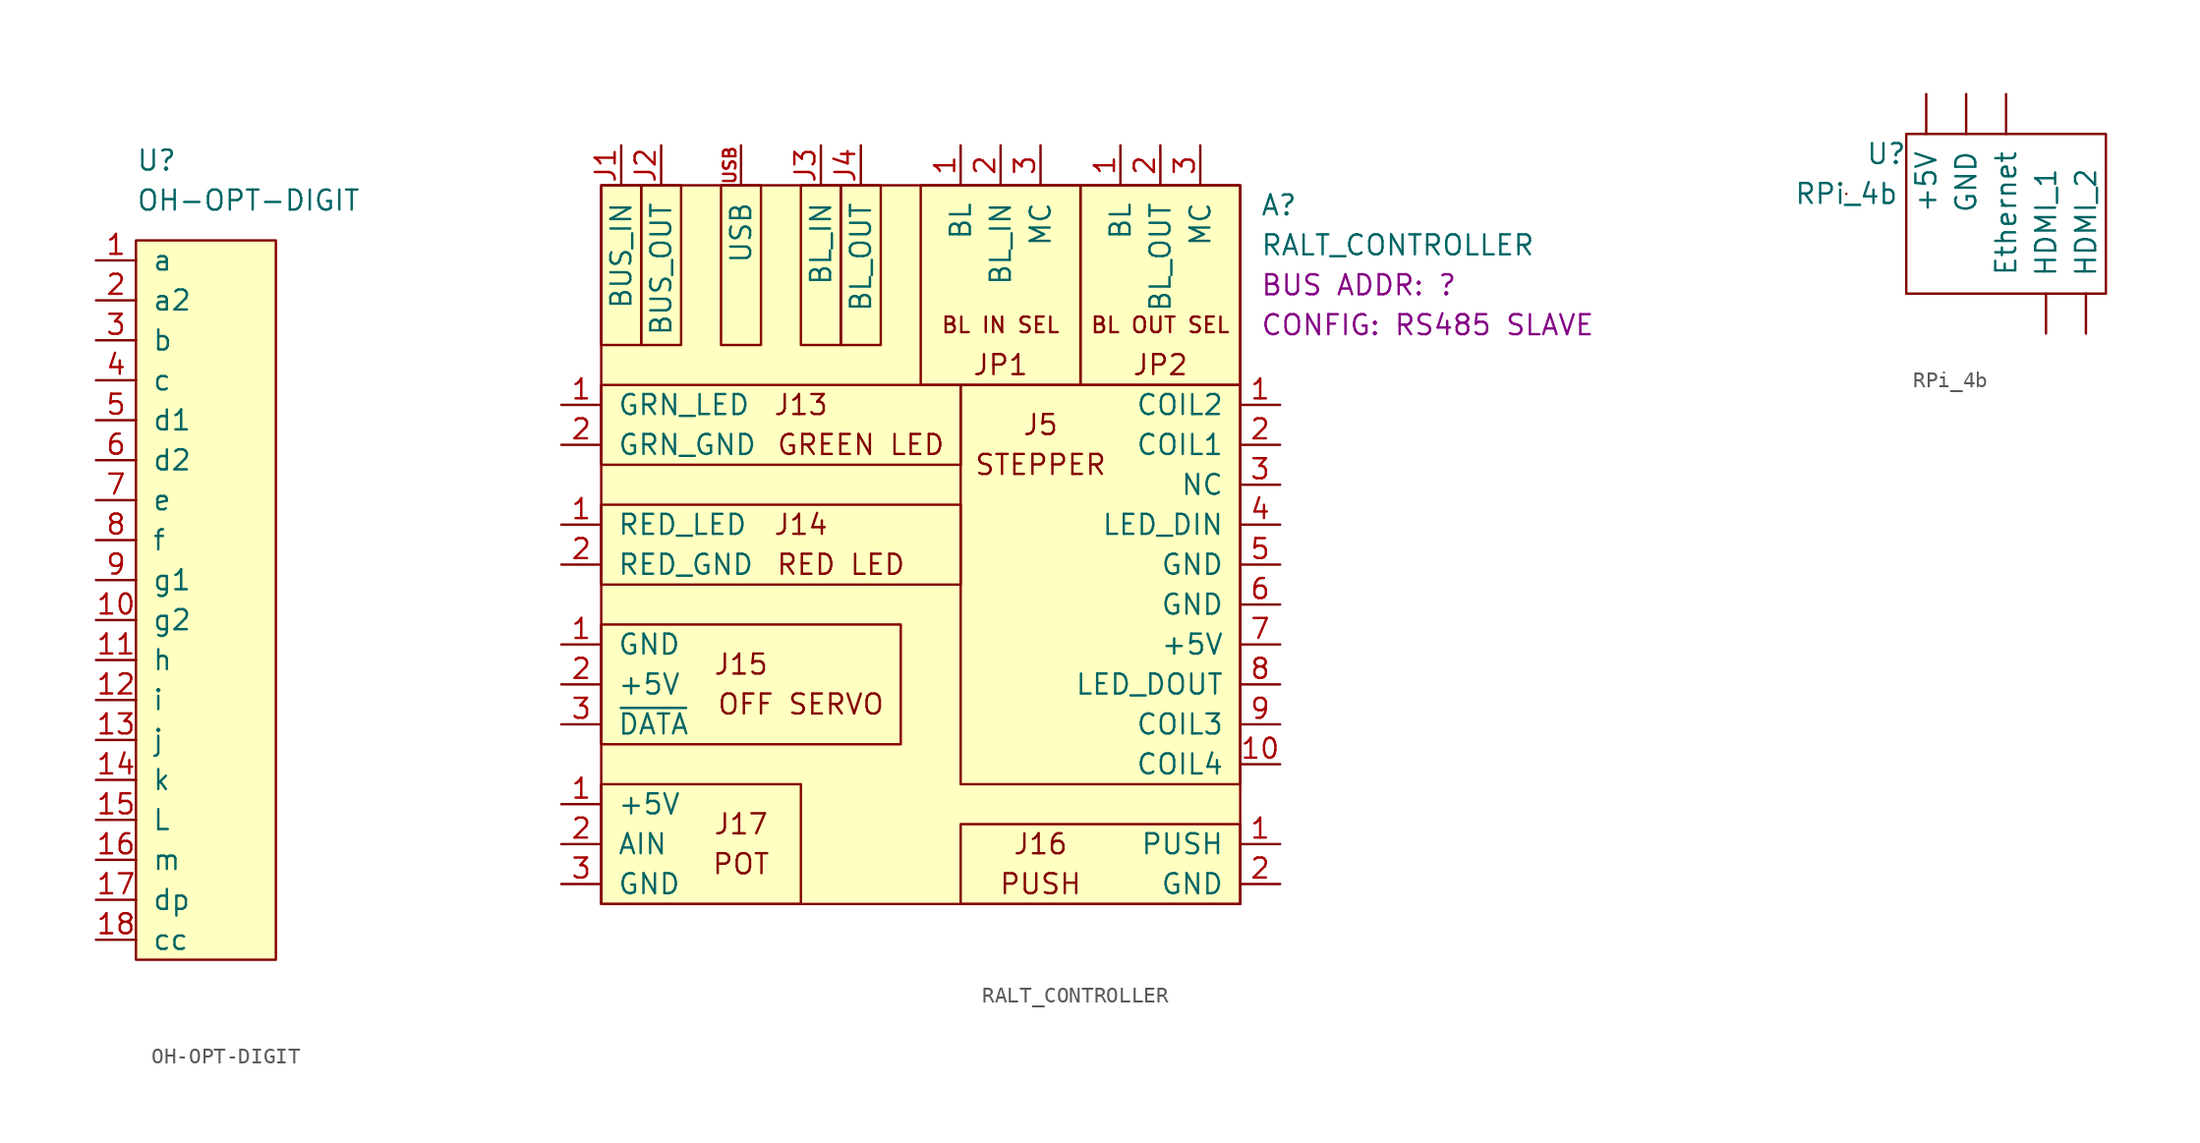
<source format=kicad_sym>
(kicad_symbol_lib
  (version 20211014)
  (generator kicad_symbol_editor)
  (symbol "OH-OPT-DIGIT"
    (pin_names
      (offset 1.016))
    (property "Reference" "U"
      (at -5.08 27.94 0)
      (effects (font (size 1.27 1.27)) (justify left)))
    (property "Value" "OH-OPT-DIGIT"
      (at -5.08 25.4 0)
      (effects (font (size 1.27 1.27)) (justify left)))
    (symbol "OH-OPT-DIGIT_0_0"
      (pin input line (at -7.62 21.59 0) (length 2.54) (name "a" (effects (font (size 1.27 1.27)))) (number "1" (effects (font (size 1.27 1.27)))))
      (pin input line (at -7.62 -1.27 0) (length 2.54) (name "g2" (effects (font (size 1.27 1.27)))) (number "10" (effects (font (size 1.27 1.27)))))
      (pin input line (at -7.62 -3.81 0) (length 2.54) (name "h" (effects (font (size 1.27 1.27)))) (number "11" (effects (font (size 1.27 1.27)))))
      (pin input line (at -7.62 -6.35 0) (length 2.54) (name "i" (effects (font (size 1.27 1.27)))) (number "12" (effects (font (size 1.27 1.27)))))
      (pin input line (at -7.62 -8.89 0) (length 2.54) (name "j" (effects (font (size 1.27 1.27)))) (number "13" (effects (font (size 1.27 1.27)))))
      (pin input line (at -7.62 -11.43 0) (length 2.54) (name "k" (effects (font (size 1.27 1.27)))) (number "14" (effects (font (size 1.27 1.27)))))
      (pin input line (at -7.62 -13.97 0) (length 2.54) (name "L" (effects (font (size 1.27 1.27)))) (number "15" (effects (font (size 1.27 1.27)))))
      (pin input line (at -7.62 -16.51 0) (length 2.54) (name "m" (effects (font (size 1.27 1.27)))) (number "16" (effects (font (size 1.27 1.27)))))
      (pin input line (at -7.62 -19.05 0) (length 2.54) (name "dp" (effects (font (size 1.27 1.27)))) (number "17" (effects (font (size 1.27 1.27)))))
      (pin output line (at -7.62 -21.59 0) (length 2.54) (name "cc" (effects (font (size 1.27 1.27)))) (number "18" (effects (font (size 1.27 1.27)))))
      (pin input line (at -7.62 19.05 0) (length 2.54) (name "a2" (effects (font (size 1.27 1.27)))) (number "2" (effects (font (size 1.27 1.27)))))
      (pin input line (at -7.62 16.51 0) (length 2.54) (name "b" (effects (font (size 1.27 1.27)))) (number "3" (effects (font (size 1.27 1.27)))))
      (pin input line (at -7.62 13.97 0) (length 2.54) (name "c" (effects (font (size 1.27 1.27)))) (number "4" (effects (font (size 1.27 1.27)))))
      (pin input line (at -7.62 11.43 0) (length 2.54) (name "d1" (effects (font (size 1.27 1.27)))) (number "5" (effects (font (size 1.27 1.27)))))
      (pin input line (at -7.62 8.89 0) (length 2.54) (name "d2" (effects (font (size 1.27 1.27)))) (number "6" (effects (font (size 1.27 1.27)))))
      (pin input line (at -7.62 6.35 0) (length 2.54) (name "e" (effects (font (size 1.27 1.27)))) (number "7" (effects (font (size 1.27 1.27)))))
      (pin input line (at -7.62 3.81 0) (length 2.54) (name "f" (effects (font (size 1.27 1.27)))) (number "8" (effects (font (size 1.27 1.27)))))
      (pin input line (at -7.62 1.27 0) (length 2.54) (name "g1" (effects (font (size 1.27 1.27)))) (number "9" (effects (font (size 1.27 1.27))))))
    (symbol "OH-OPT-DIGIT_0_1"
      (rectangle (start -5.08 22.86) (end 3.81 -22.86) (stroke (width 0) (type default) (color 0 0 0 0)) (fill (type background)))))
  (symbol "RALT_CONTROLLER"
    (pin_names
      (offset 1.016))
    (property "Reference" "A"
      (at 22.86 19.05 0)
      (effects (font (size 1.27 1.27)) (justify left)))
    (property "Value" "RALT_CONTROLLER"
      (at 22.86 16.51 0)
      (effects (font (size 1.27 1.27)) (justify left)))
    (property "RS485 ADDR" "BUS ADDR: ?"
      (at 22.86 13.97 0)
      (effects (font (size 1.27 1.27)) (justify left)))
    (property "CONFIG" "CONFIG: RS485 SLAVE"
      (at 22.86 11.43 0)
      (effects (font (size 1.27 1.27)) (justify left)))
    (symbol "RALT_CONTROLLER_0_0"
      (rectangle (start -19.05 -17.78) (end -6.35 -25.4) (stroke (width 0) (type default) (color 0 0 0 0)) (fill (type none)))
      (rectangle (start -19.05 -7.62) (end 0 -15.24) (stroke (width 0) (type default) (color 0 0 0 0)) (fill (type none)))
      (rectangle (start -19.05 -5.08) (end 3.81 0) (stroke (width 0) (type default) (color 0 0 0 0)) (fill (type none)))
      (rectangle (start -19.05 7.62) (end 3.81 2.54) (stroke (width 0) (type default) (color 0 0 0 0)) (fill (type none)))
      (rectangle (start 11.43 7.62) (end 1.27 20.32) (stroke (width 0) (type default) (color 0 0 0 0)) (fill (type none)))
      (rectangle (start 11.43 20.32) (end 21.59 7.62) (stroke (width 0) (type default) (color 0 0 0 0)) (fill (type none)))
      (rectangle (start 21.59 -25.4) (end -19.05 20.32) (stroke (width 0) (type default) (color 0 0 0 0)) (fill (type background)))
      (rectangle (start 21.59 -20.32) (end 3.81 -25.4) (stroke (width 0) (type default) (color 0 0 0 0)) (fill (type none)))
      (rectangle (start 21.59 7.62) (end 3.81 -17.78) (stroke (width 0) (type default) (color 0 0 0 0)) (fill (type none)))
      (text "BL IN SEL" (at 6.35 11.43 0) (effects (font (size 0.991 0.991))))
      (text "BL OUT SEL" (at 16.51 11.43 0) (effects (font (size 0.991 0.991))))
      (text "GREEN LED" (at -2.54 3.81 0) (effects (font (size 1.27 1.27))))
      (text "J13" (at -6.35 6.35 0) (effects (font (size 1.27 1.27))))
      (text "J14" (at -6.35 -1.27 0) (effects (font (size 1.27 1.27))))
      (text "J15" (at -10.16 -10.16 0) (effects (font (size 1.27 1.27))))
      (text "J16" (at 8.89 -21.59 0) (effects (font (size 1.27 1.27))))
      (text "J17" (at -10.16 -20.32 0) (effects (font (size 1.27 1.27))))
      (text "J5" (at 8.89 5.08 0) (effects (font (size 1.27 1.27))))
      (text "JP1" (at 6.35 8.89 0) (effects (font (size 1.27 1.27))))
      (text "JP2" (at 16.51 8.89 0) (effects (font (size 1.27 1.27))))
      (text "OFF SERVO" (at -6.35 -12.7 0) (effects (font (size 1.27 1.27))))
      (text "POT" (at -10.16 -22.86 0) (effects (font (size 1.27 1.27))))
      (text "PUSH" (at 8.89 -24.13 0) (effects (font (size 1.27 1.27))))
      (text "RED LED" (at -3.81 -3.81 0) (effects (font (size 1.27 1.27))))
      (text "STEPPER" (at 8.89 2.54 0) (effects (font (size 1.27 1.27))))
      (pin unspecified line (at -21.59 -19.05 0) (length 2.54) (name "+5V" (effects (font (size 1.27 1.27)))) (number "1" (effects (font (size 1.27 1.27)))))
      (pin unspecified line (at 3.81 22.86 270) (length 2.54) (name "BL" (effects (font (size 1.27 1.27)))) (number "1" (effects (font (size 1.27 1.27)))))
      (pin unspecified line (at 13.97 22.86 270) (length 2.54) (name "BL" (effects (font (size 1.27 1.27)))) (number "1" (effects (font (size 1.27 1.27)))))
      (pin unspecified line (at 24.13 6.35 180) (length 2.54) (name "COIL2" (effects (font (size 1.27 1.27)))) (number "1" (effects (font (size 1.27 1.27)))))
      (pin unspecified line (at -21.59 -8.89 0) (length 2.54) (name "GND" (effects (font (size 1.27 1.27)))) (number "1" (effects (font (size 1.27 1.27)))))
      (pin unspecified line (at -21.59 6.35 0) (length 2.54) (name "GRN_LED" (effects (font (size 1.27 1.27)))) (number "1" (effects (font (size 1.27 1.27)))))
      (pin unspecified line (at 24.13 -21.59 180) (length 2.54) (name "PUSH" (effects (font (size 1.27 1.27)))) (number "1" (effects (font (size 1.27 1.27)))))
      (pin unspecified line (at -21.59 -1.27 0) (length 2.54) (name "RED_LED" (effects (font (size 1.27 1.27)))) (number "1" (effects (font (size 1.27 1.27)))))
      (pin unspecified line (at 24.13 -16.51 180) (length 2.54) (name "COIL4" (effects (font (size 1.27 1.27)))) (number "10" (effects (font (size 1.27 1.27)))))
      (pin unspecified line (at -21.59 -11.43 0) (length 2.54) (name "+5V" (effects (font (size 1.27 1.27)))) (number "2" (effects (font (size 1.27 1.27)))))
      (pin unspecified line (at -21.59 -21.59 0) (length 2.54) (name "AIN" (effects (font (size 1.27 1.27)))) (number "2" (effects (font (size 1.27 1.27)))))
      (pin unspecified line (at 6.35 22.86 270) (length 2.54) (name "BL_IN" (effects (font (size 1.27 1.27)))) (number "2" (effects (font (size 1.27 1.27)))))
      (pin unspecified line (at 16.51 22.86 270) (length 2.54) (name "BL_OUT" (effects (font (size 1.27 1.27)))) (number "2" (effects (font (size 1.27 1.27)))))
      (pin unspecified line (at 24.13 3.81 180) (length 2.54) (name "COIL1" (effects (font (size 1.27 1.27)))) (number "2" (effects (font (size 1.27 1.27)))))
      (pin unspecified line (at 24.13 -24.13 180) (length 2.54) (name "GND" (effects (font (size 1.27 1.27)))) (number "2" (effects (font (size 1.27 1.27)))))
      (pin unspecified line (at -21.59 3.81 0) (length 2.54) (name "GRN_GND" (effects (font (size 1.27 1.27)))) (number "2" (effects (font (size 1.27 1.27)))))
      (pin unspecified line (at -21.59 -3.81 0) (length 2.54) (name "RED_GND" (effects (font (size 1.27 1.27)))) (number "2" (effects (font (size 1.27 1.27)))))
      (pin unspecified line (at -21.59 -24.13 0) (length 2.54) (name "GND" (effects (font (size 1.27 1.27)))) (number "3" (effects (font (size 1.27 1.27)))))
      (pin unspecified line (at 8.89 22.86 270) (length 2.54) (name "MC" (effects (font (size 1.27 1.27)))) (number "3" (effects (font (size 1.27 1.27)))))
      (pin unspecified line (at 19.05 22.86 270) (length 2.54) (name "MC" (effects (font (size 1.27 1.27)))) (number "3" (effects (font (size 1.27 1.27)))))
      (pin unspecified line (at 24.13 1.27 180) (length 2.54) (name "NC" (effects (font (size 1.27 1.27)))) (number "3" (effects (font (size 1.27 1.27)))))
      (pin unspecified line (at -21.59 -13.97 0) (length 2.54) (name "~{DATA}" (effects (font (size 1.27 1.27)))) (number "3" (effects (font (size 1.27 1.27)))))
      (pin unspecified line (at 24.13 -1.27 180) (length 2.54) (name "LED_DIN" (effects (font (size 1.27 1.27)))) (number "4" (effects (font (size 1.27 1.27)))))
      (pin unspecified line (at 24.13 -3.81 180) (length 2.54) (name "GND" (effects (font (size 1.27 1.27)))) (number "5" (effects (font (size 1.27 1.27)))))
      (pin unspecified line (at 24.13 -6.35 180) (length 2.54) (name "GND" (effects (font (size 1.27 1.27)))) (number "6" (effects (font (size 1.27 1.27)))))
      (pin unspecified line (at 24.13 -8.89 180) (length 2.54) (name "+5V" (effects (font (size 1.27 1.27)))) (number "7" (effects (font (size 1.27 1.27)))))
      (pin unspecified line (at 24.13 -11.43 180) (length 2.54) (name "LED_DOUT" (effects (font (size 1.27 1.27)))) (number "8" (effects (font (size 1.27 1.27)))))
      (pin unspecified line (at 24.13 -13.97 180) (length 2.54) (name "COIL3" (effects (font (size 1.27 1.27)))) (number "9" (effects (font (size 1.27 1.27)))))
      (pin unspecified line (at -17.78 22.86 270) (length 2.54) (name "BUS_IN" (effects (font (size 1.27 1.27)))) (number "J1" (effects (font (size 1.27 1.27)))))
      (pin unspecified line (at -15.24 22.86 270) (length 2.54) (name "BUS_OUT" (effects (font (size 1.27 1.27)))) (number "J2" (effects (font (size 1.27 1.27)))))
      (pin unspecified line (at -5.08 22.86 270) (length 2.54) (name "BL_IN" (effects (font (size 1.27 1.27)))) (number "J3" (effects (font (size 1.27 1.27)))))
      (pin unspecified line (at -2.54 22.86 270) (length 2.54) (name "BL_OUT" (effects (font (size 1.27 1.27)))) (number "J4" (effects (font (size 1.27 1.27)))))
      (pin unspecified line (at -10.16 22.86 270) (length 2.54) (name "USB" (effects (font (size 1.27 1.27)))) (number "USB" (effects (font (size 0.787 0.787))))))
    (symbol "RALT_CONTROLLER_0_1"
      (rectangle (start -19.05 20.32) (end -16.51 10.16) (stroke (width 0) (type default) (color 0 0 0 0)) (fill (type none)))
      (rectangle (start -16.51 10.16) (end -13.97 20.32) (stroke (width 0) (type default) (color 0 0 0 0)) (fill (type none)))
      (rectangle (start -11.43 20.32) (end -8.89 10.16) (stroke (width 0) (type default) (color 0 0 0 0)) (fill (type none)))
      (rectangle (start -6.35 20.32) (end -3.81 10.16) (stroke (width 0) (type default) (color 0 0 0 0)) (fill (type none)))
      (rectangle (start -3.81 20.32) (end -1.27 10.16) (stroke (width 0) (type default) (color 0 0 0 0)) (fill (type none)))))
  (symbol "RPi_4b"
    (pin_names
      (offset 1.016))
    (property "Reference" "U"
      (at -7.62 3.81 0)
      (effects (font (size 1.27 1.27))))
    (property "Value" "RPi_4b"
      (at -10.16 1.27 0)
      (effects (font (size 1.27 1.27))))
    (symbol "RPi_4b_0_0"
      (pin power_in line (at -5.08 7.62 270) (length 2.54) (name "+5V" (effects (font (size 1.27 1.27)))) (number "~" (effects (font (size 1.27 1.27)))))
      (pin bidirectional line (at 0 7.62 270) (length 2.54) (name "Ethernet" (effects (font (size 1.27 1.27)))) (number "~" (effects (font (size 1.27 1.27)))))
      (pin power_out line (at -2.54 7.62 270) (length 2.54) (name "GND" (effects (font (size 1.27 1.27)))) (number "~" (effects (font (size 1.27 1.27)))))
      (pin bidirectional line (at 2.54 -7.62 90) (length 2.54) (name "HDMI_1" (effects (font (size 1.27 1.27)))) (number "~" (effects (font (size 1.27 1.27)))))
      (pin bidirectional line (at 5.08 -7.62 90) (length 2.54) (name "HDMI_2" (effects (font (size 1.27 1.27)))) (number "~" (effects (font (size 1.27 1.27))))))
    (symbol "RPi_4b_0_1"
      (rectangle (start -10.16 1.27) (end -10.16 1.27) (stroke (width 0) (type default) (color 0 0 0 0)) (fill (type none)))
      (rectangle (start -6.35 5.08) (end 6.35 -5.08) (stroke (width 0) (type default) (color 0 0 0 0)) (fill (type none))))))
</source>
